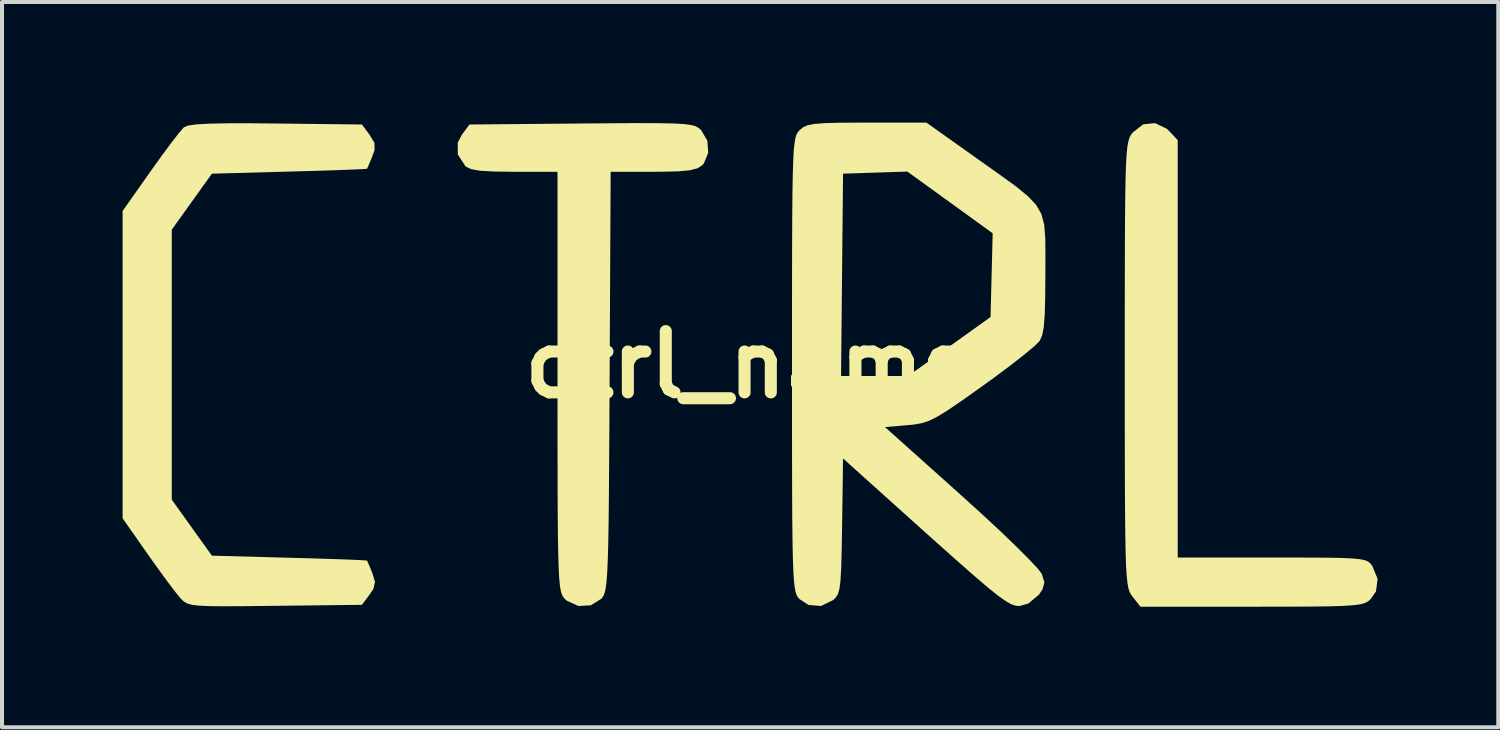
<source format=kicad_pcb>
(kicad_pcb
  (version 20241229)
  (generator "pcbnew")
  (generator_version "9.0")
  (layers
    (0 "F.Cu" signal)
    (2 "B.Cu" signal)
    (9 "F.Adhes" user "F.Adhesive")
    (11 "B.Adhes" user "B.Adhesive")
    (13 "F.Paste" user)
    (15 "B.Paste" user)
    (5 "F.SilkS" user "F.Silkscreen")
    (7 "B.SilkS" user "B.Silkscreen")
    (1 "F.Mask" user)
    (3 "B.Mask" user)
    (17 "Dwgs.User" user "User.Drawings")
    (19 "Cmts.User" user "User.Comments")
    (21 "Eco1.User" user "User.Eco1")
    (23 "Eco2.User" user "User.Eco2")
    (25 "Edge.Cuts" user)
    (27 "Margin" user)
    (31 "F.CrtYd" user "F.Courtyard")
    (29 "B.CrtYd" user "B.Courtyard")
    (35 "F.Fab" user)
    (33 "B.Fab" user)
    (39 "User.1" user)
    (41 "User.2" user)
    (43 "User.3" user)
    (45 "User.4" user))
  (footprint "ctrl_name"
    (layer "F.Cu")
    (at 15.616 6.021)
    (property "Reference" "ctrl_name" (at 0 0 0) (layer "F.SilkS") (effects (font (size 1.524 1.524) (thickness 0.3))))
    (attr board_only exclude_from_pos_files exclude_from_bom)
    (fp_poly (pts (xy 10.356 -5.869) (xy 10.426 -5.803) (xy 10.63 -5.585) (xy 10.63 4.798) (xy 12.977 4.798) (xy 13.701 4.798) (xy 14.26 4.801) (xy 14.677 4.807) (xy 14.975 4.82) (xy 15.178 4.841) (xy 15.308 4.871) (xy 15.389 4.914) (xy 15.443 4.97) (xy 15.47 5.007) (xy 15.603 5.33) (xy 15.561 5.642) (xy 15.428 5.833) (xy 15.366 5.887) (xy 15.286 5.929) (xy 15.166 5.962) (xy 14.986 5.985) (xy 14.724 6.002) (xy 14.357 6.012) (xy 13.866 6.018) (xy 13.228 6.02) (xy 12.472 6.021) (xy 9.703 6.021) (xy 9.508 5.773) (xy 9.467 5.717) (xy 9.433 5.652) (xy 9.404 5.564) (xy 9.38 5.436) (xy 9.361 5.255) (xy 9.345 5.006) (xy 9.334 4.673) (xy 9.326 4.243) (xy 9.32 3.699) (xy 9.316 3.028) (xy 9.314 2.214) (xy 9.313 1.243) (xy 9.313 0.1) (xy 9.313 0) (xy 9.313 -1.158) (xy 9.314 -2.142) (xy 9.316 -2.968) (xy 9.319 -3.65) (xy 9.325 -4.203) (xy 9.333 -4.642) (xy 9.344 -4.982) (xy 9.359 -5.238) (xy 9.378 -5.424) (xy 9.402 -5.555) (xy 9.43 -5.646) (xy 9.464 -5.713) (xy 9.505 -5.768) (xy 9.508 -5.773) (xy 9.769 -5.977) (xy 10.066 -6.009)) (stroke (width 0) (type solid)) (fill yes) (layer "F.SilkS"))
    (fp_poly (pts (xy -11.805 -5.999) (xy -9.663 -5.974) (xy -9.474 -5.721) (xy -9.352 -5.519) (xy -9.348 -5.341) (xy -9.405 -5.18) (xy -9.489 -4.979) (xy -9.535 -4.876) (xy -9.536 -4.873) (xy -9.63 -4.865) (xy -9.883 -4.854) (xy -10.268 -4.839) (xy -10.757 -4.823) (xy -11.322 -4.807) (xy -11.472 -4.803) (xy -13.395 -4.751) (xy -13.894 -4.055) (xy -14.393 -3.358) (xy -14.393 3.358) (xy -13.894 4.055) (xy -13.395 4.751) (xy -11.472 4.803) (xy -10.892 4.819) (xy -10.382 4.835) (xy -9.968 4.85) (xy -9.679 4.863) (xy -9.543 4.872) (xy -9.536 4.873) (xy -9.496 4.963) (xy -9.414 5.158) (xy -9.405 5.18) (xy -9.337 5.404) (xy -9.378 5.578) (xy -9.474 5.721) (xy -9.663 5.974) (xy -11.822 5.999) (xy -12.513 6.007) (xy -13.041 6.01) (xy -13.43 6.007) (xy -13.705 5.995) (xy -13.891 5.974) (xy -14.012 5.94) (xy -14.094 5.892) (xy -14.162 5.827) (xy -14.177 5.811) (xy -14.309 5.648) (xy -14.518 5.372) (xy -14.772 5.023) (xy -14.994 4.71) (xy -15.616 3.822) (xy -15.616 -3.822) (xy -14.923 -4.806) (xy -14.649 -5.189) (xy -14.402 -5.522) (xy -14.208 -5.771) (xy -14.094 -5.902) (xy -14.088 -5.907) (xy -13.988 -5.947) (xy -13.785 -5.976) (xy -13.463 -5.995) (xy -13.002 -6.004) (xy -12.385 -6.004)) (stroke (width 0) (type solid)) (fill yes) (layer "F.SilkS"))
    (fp_poly (pts (xy -2.286 -6.007) (xy -1.924 -6) (xy -1.665 -5.986) (xy -1.487 -5.964) (xy -1.369 -5.933) (xy -1.29 -5.891) (xy -1.228 -5.838) (xy -1.224 -5.834) (xy -1.071 -5.571) (xy -1.049 -5.27) (xy -1.158 -5.005) (xy -1.207 -4.953) (xy -1.323 -4.882) (xy -1.505 -4.835) (xy -1.791 -4.809) (xy -2.214 -4.799) (xy -2.428 -4.798) (xy -3.476 -4.798) (xy -3.502 0.414) (xy -3.508 1.537) (xy -3.514 2.488) (xy -3.52 3.281) (xy -3.527 3.931) (xy -3.536 4.454) (xy -3.548 4.864) (xy -3.562 5.176) (xy -3.58 5.407) (xy -3.601 5.57) (xy -3.627 5.682) (xy -3.659 5.757) (xy -3.696 5.81) (xy -3.707 5.823) (xy -3.969 5.986) (xy -4.278 6.003) (xy -4.564 5.873) (xy -4.61 5.833) (xy -4.65 5.787) (xy -4.684 5.729) (xy -4.713 5.642) (xy -4.736 5.513) (xy -4.755 5.324) (xy -4.769 5.062) (xy -4.78 4.712) (xy -4.788 4.258) (xy -4.793 3.685) (xy -4.796 2.978) (xy -4.797 2.122) (xy -4.798 1.101) (xy -4.798 0.423) (xy -4.798 -4.798) (xy -5.873 -4.798) (xy -6.376 -4.804) (xy -6.723 -4.824) (xy -6.944 -4.863) (xy -7.071 -4.923) (xy -7.09 -4.939) (xy -7.278 -5.227) (xy -7.28 -5.523) (xy -7.173 -5.726) (xy -6.988 -5.974) (xy -4.201 -5.999) (xy -3.403 -6.005) (xy -2.772 -6.009)) (stroke (width 0) (type solid)) (fill yes) (layer "F.SilkS"))
    (fp_poly (pts (xy 5.647 -5.12) (xy 6.191 -4.735) (xy 6.605 -4.435) (xy 6.905 -4.19) (xy 7.111 -3.97) (xy 7.239 -3.745) (xy 7.308 -3.484) (xy 7.335 -3.158) (xy 7.34 -2.737) (xy 7.338 -2.273) (xy 7.334 -1.68) (xy 7.322 -1.245) (xy 7.298 -0.941) (xy 7.26 -0.738) (xy 7.205 -0.607) (xy 7.192 -0.586) (xy 7.068 -0.462) (xy 6.819 -0.255) (xy 6.474 0.015) (xy 6.063 0.322) (xy 5.761 0.54) (xy 5.282 0.88) (xy 4.924 1.125) (xy 4.654 1.292) (xy 4.441 1.398) (xy 4.253 1.458) (xy 4.058 1.491) (xy 3.912 1.505) (xy 3.348 1.552) (xy 5.24 3.246) (xy 5.748 3.706) (xy 6.214 4.139) (xy 6.616 4.525) (xy 6.936 4.845) (xy 7.154 5.078) (xy 7.248 5.204) (xy 7.314 5.413) (xy 7.268 5.586) (xy 7.178 5.721) (xy 6.916 5.94) (xy 6.705 6.002) (xy 6.609 5.999) (xy 6.496 5.963) (xy 6.349 5.88) (xy 6.15 5.738) (xy 5.884 5.524) (xy 5.534 5.224) (xy 5.082 4.826) (xy 4.512 4.317) (xy 4.362 4.183) (xy 2.305 2.334) (xy 2.281 4.013) (xy 2.271 4.616) (xy 2.259 5.058) (xy 2.241 5.37) (xy 2.215 5.578) (xy 2.175 5.712) (xy 2.12 5.798) (xy 2.059 5.856) (xy 1.757 6.003) (xy 1.447 5.978) (xy 1.223 5.833) (xy 1.184 5.789) (xy 1.151 5.733) (xy 1.123 5.65) (xy 1.1 5.525) (xy 1.081 5.344) (xy 1.067 5.092) (xy 1.055 4.756) (xy 1.047 4.319) (xy 1.041 3.769) (xy 1.038 3.09) (xy 1.036 2.269) (xy 1.035 1.289) (xy 1.035 0.282) (xy 2.255 0.282) (xy 3.923 0.282) (xy 4.948 -0.451) (xy 5.974 -1.185) (xy 6.027 -3.268) (xy 4.965 -4.036) (xy 3.904 -4.803) (xy 3.104 -4.777) (xy 2.305 -4.751) (xy 2.28 -2.234) (xy 2.255 0.282) (xy 1.035 0.282) (xy 1.035 0.138) (xy 1.035 0) (xy 1.035 -1.171) (xy 1.036 -2.169) (xy 1.038 -3.007) (xy 1.041 -3.701) (xy 1.046 -4.265) (xy 1.054 -4.713) (xy 1.065 -5.06) (xy 1.079 -5.32) (xy 1.098 -5.508) (xy 1.12 -5.638) (xy 1.147 -5.725) (xy 1.18 -5.784) (xy 1.218 -5.828) (xy 1.223 -5.833) (xy 1.309 -5.904) (xy 1.421 -5.955) (xy 1.59 -5.988) (xy 1.847 -6.008) (xy 2.223 -6.018) (xy 2.749 -6.021) (xy 2.895 -6.021) (xy 4.379 -6.021)) (stroke (width 0) (type solid)) (fill yes) (layer "F.SilkS")))
  (gr_rect
    (start -3 -3)
    (end 34.22 15.041)
    (stroke (width 0.1) (type default))
    (fill no)
    (layer "Edge.Cuts")))
</source>
